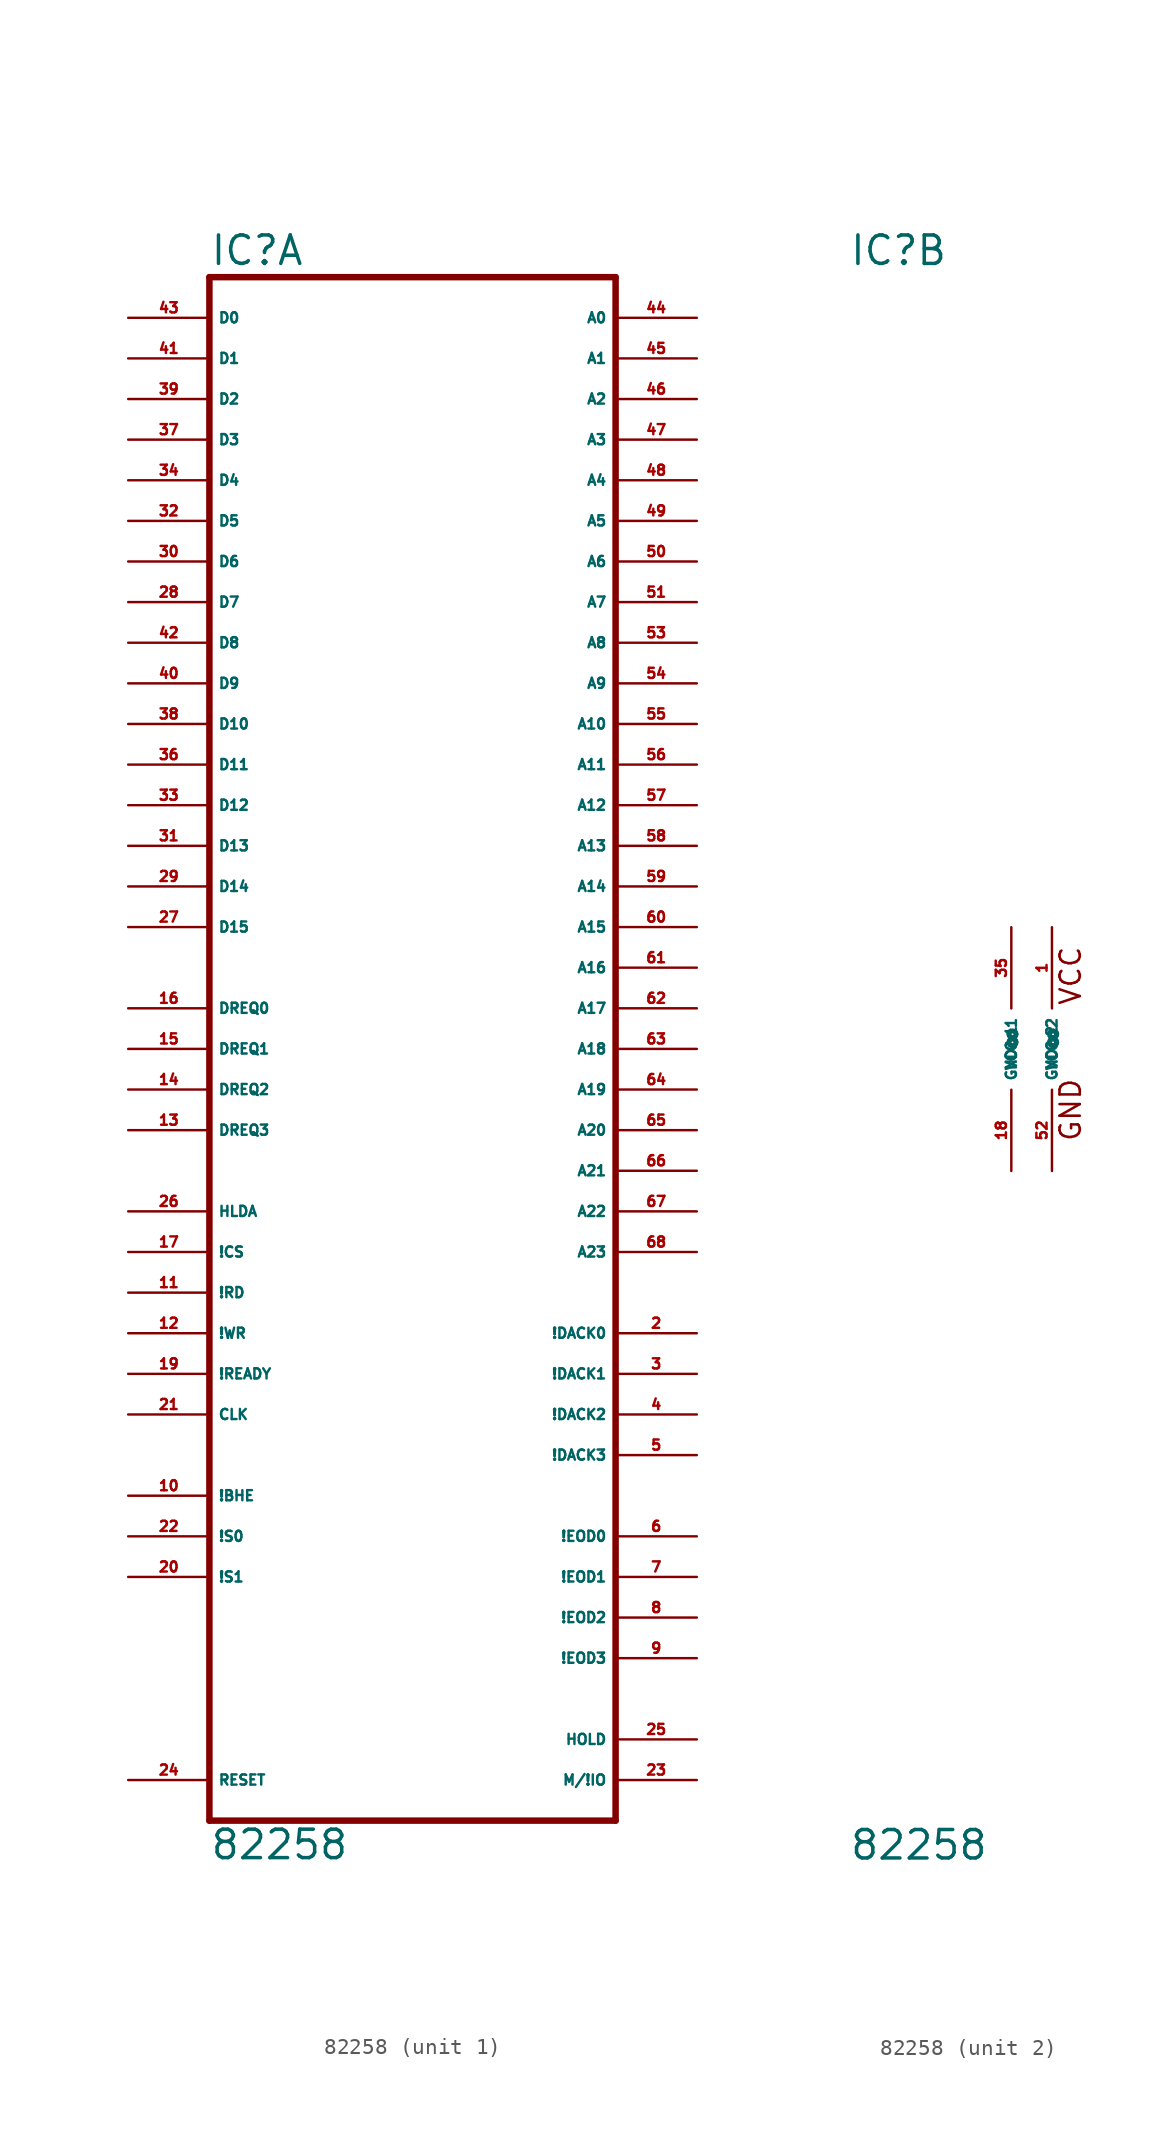
<source format=kicad_sym>
(kicad_symbol_lib
  (version 20220914)
  (generator Eagle2Kicad)
  (symbol "82258"
    (property "Reference" "IC"
      (at -12.7 48.895 0)
      (effects (font (size 1.778 1.778) (thickness 0.22)) (justify left bottom)))
    (property "Value" "82258"
      (at -12.7 -50.8 0)
      (effects (font (size 1.778 1.778) (thickness 0.22)) (justify left bottom)))
    (symbol "82258_1_0"
      (polyline (pts (xy -12.7 48.26) (xy 12.7 48.26)) (stroke (width 0.406) (type default)) (fill (type none)))
      (polyline (pts (xy 12.7 48.26) (xy 12.7 -48.26)) (stroke (width 0.406) (type default)) (fill (type none)))
      (polyline (pts (xy 12.7 -48.26) (xy -12.7 -48.26)) (stroke (width 0.406) (type default)) (fill (type none)))
      (polyline (pts (xy -12.7 -48.26) (xy -12.7 48.26)) (stroke (width 0.406) (type default)) (fill (type none)))
      (pin bidirectional line (at 17.78 45.72 180) (length 5.08) (name "A0" (effects (font (size 0.635 0.635) (thickness 0.08)) (justify left bottom))) (number "44" (effects (font (size 0.635 0.635) (thickness 0.08)) (justify left bottom))))
      (pin bidirectional line (at 17.78 43.18 180) (length 5.08) (name "A1" (effects (font (size 0.635 0.635) (thickness 0.08)) (justify left bottom))) (number "45" (effects (font (size 0.635 0.635) (thickness 0.08)) (justify left bottom))))
      (pin bidirectional line (at 17.78 40.64 180) (length 5.08) (name "A2" (effects (font (size 0.635 0.635) (thickness 0.08)) (justify left bottom))) (number "46" (effects (font (size 0.635 0.635) (thickness 0.08)) (justify left bottom))))
      (pin bidirectional line (at 17.78 38.1 180) (length 5.08) (name "A3" (effects (font (size 0.635 0.635) (thickness 0.08)) (justify left bottom))) (number "47" (effects (font (size 0.635 0.635) (thickness 0.08)) (justify left bottom))))
      (pin bidirectional line (at 17.78 35.56 180) (length 5.08) (name "A4" (effects (font (size 0.635 0.635) (thickness 0.08)) (justify left bottom))) (number "48" (effects (font (size 0.635 0.635) (thickness 0.08)) (justify left bottom))))
      (pin bidirectional line (at 17.78 33.02 180) (length 5.08) (name "A5" (effects (font (size 0.635 0.635) (thickness 0.08)) (justify left bottom))) (number "49" (effects (font (size 0.635 0.635) (thickness 0.08)) (justify left bottom))))
      (pin bidirectional line (at 17.78 30.48 180) (length 5.08) (name "A6" (effects (font (size 0.635 0.635) (thickness 0.08)) (justify left bottom))) (number "50" (effects (font (size 0.635 0.635) (thickness 0.08)) (justify left bottom))))
      (pin bidirectional line (at 17.78 27.94 180) (length 5.08) (name "A7" (effects (font (size 0.635 0.635) (thickness 0.08)) (justify left bottom))) (number "51" (effects (font (size 0.635 0.635) (thickness 0.08)) (justify left bottom))))
      (pin output line (at 17.78 25.4 180) (length 5.08) (name "A8" (effects (font (size 0.635 0.635) (thickness 0.08)) (justify left bottom))) (number "53" (effects (font (size 0.635 0.635) (thickness 0.08)) (justify left bottom))))
      (pin output line (at 17.78 22.86 180) (length 5.08) (name "A9" (effects (font (size 0.635 0.635) (thickness 0.08)) (justify left bottom))) (number "54" (effects (font (size 0.635 0.635) (thickness 0.08)) (justify left bottom))))
      (pin output line (at 17.78 20.32 180) (length 5.08) (name "A10" (effects (font (size 0.635 0.635) (thickness 0.08)) (justify left bottom))) (number "55" (effects (font (size 0.635 0.635) (thickness 0.08)) (justify left bottom))))
      (pin output line (at 17.78 17.78 180) (length 5.08) (name "A11" (effects (font (size 0.635 0.635) (thickness 0.08)) (justify left bottom))) (number "56" (effects (font (size 0.635 0.635) (thickness 0.08)) (justify left bottom))))
      (pin output line (at 17.78 15.24 180) (length 5.08) (name "A12" (effects (font (size 0.635 0.635) (thickness 0.08)) (justify left bottom))) (number "57" (effects (font (size 0.635 0.635) (thickness 0.08)) (justify left bottom))))
      (pin output line (at 17.78 12.7 180) (length 5.08) (name "A13" (effects (font (size 0.635 0.635) (thickness 0.08)) (justify left bottom))) (number "58" (effects (font (size 0.635 0.635) (thickness 0.08)) (justify left bottom))))
      (pin output line (at 17.78 10.16 180) (length 5.08) (name "A14" (effects (font (size 0.635 0.635) (thickness 0.08)) (justify left bottom))) (number "59" (effects (font (size 0.635 0.635) (thickness 0.08)) (justify left bottom))))
      (pin output line (at 17.78 7.62 180) (length 5.08) (name "A15" (effects (font (size 0.635 0.635) (thickness 0.08)) (justify left bottom))) (number "60" (effects (font (size 0.635 0.635) (thickness 0.08)) (justify left bottom))))
      (pin output line (at 17.78 5.08 180) (length 5.08) (name "A16" (effects (font (size 0.635 0.635) (thickness 0.08)) (justify left bottom))) (number "61" (effects (font (size 0.635 0.635) (thickness 0.08)) (justify left bottom))))
      (pin output line (at 17.78 2.54 180) (length 5.08) (name "A17" (effects (font (size 0.635 0.635) (thickness 0.08)) (justify left bottom))) (number "62" (effects (font (size 0.635 0.635) (thickness 0.08)) (justify left bottom))))
      (pin output line (at 17.78 0 180) (length 5.08) (name "A18" (effects (font (size 0.635 0.635) (thickness 0.08)) (justify left bottom))) (number "63" (effects (font (size 0.635 0.635) (thickness 0.08)) (justify left bottom))))
      (pin output line (at 17.78 -2.54 180) (length 5.08) (name "A19" (effects (font (size 0.635 0.635) (thickness 0.08)) (justify left bottom))) (number "64" (effects (font (size 0.635 0.635) (thickness 0.08)) (justify left bottom))))
      (pin output line (at 17.78 -5.08 180) (length 5.08) (name "A20" (effects (font (size 0.635 0.635) (thickness 0.08)) (justify left bottom))) (number "65" (effects (font (size 0.635 0.635) (thickness 0.08)) (justify left bottom))))
      (pin output line (at 17.78 -7.62 180) (length 5.08) (name "A21" (effects (font (size 0.635 0.635) (thickness 0.08)) (justify left bottom))) (number "66" (effects (font (size 0.635 0.635) (thickness 0.08)) (justify left bottom))))
      (pin output line (at 17.78 -10.16 180) (length 5.08) (name "A22" (effects (font (size 0.635 0.635) (thickness 0.08)) (justify left bottom))) (number "67" (effects (font (size 0.635 0.635) (thickness 0.08)) (justify left bottom))))
      (pin output line (at 17.78 -12.7 180) (length 5.08) (name "A23" (effects (font (size 0.635 0.635) (thickness 0.08)) (justify left bottom))) (number "68" (effects (font (size 0.635 0.635) (thickness 0.08)) (justify left bottom))))
      (pin bidirectional line (at -17.78 45.72 0) (length 5.08) (name "D0" (effects (font (size 0.635 0.635) (thickness 0.08)) (justify left bottom))) (number "43" (effects (font (size 0.635 0.635) (thickness 0.08)) (justify left bottom))))
      (pin bidirectional line (at -17.78 43.18 0) (length 5.08) (name "D1" (effects (font (size 0.635 0.635) (thickness 0.08)) (justify left bottom))) (number "41" (effects (font (size 0.635 0.635) (thickness 0.08)) (justify left bottom))))
      (pin bidirectional line (at -17.78 40.64 0) (length 5.08) (name "D2" (effects (font (size 0.635 0.635) (thickness 0.08)) (justify left bottom))) (number "39" (effects (font (size 0.635 0.635) (thickness 0.08)) (justify left bottom))))
      (pin bidirectional line (at -17.78 38.1 0) (length 5.08) (name "D3" (effects (font (size 0.635 0.635) (thickness 0.08)) (justify left bottom))) (number "37" (effects (font (size 0.635 0.635) (thickness 0.08)) (justify left bottom))))
      (pin bidirectional line (at -17.78 35.56 0) (length 5.08) (name "D4" (effects (font (size 0.635 0.635) (thickness 0.08)) (justify left bottom))) (number "34" (effects (font (size 0.635 0.635) (thickness 0.08)) (justify left bottom))))
      (pin bidirectional line (at -17.78 33.02 0) (length 5.08) (name "D5" (effects (font (size 0.635 0.635) (thickness 0.08)) (justify left bottom))) (number "32" (effects (font (size 0.635 0.635) (thickness 0.08)) (justify left bottom))))
      (pin bidirectional line (at -17.78 30.48 0) (length 5.08) (name "D6" (effects (font (size 0.635 0.635) (thickness 0.08)) (justify left bottom))) (number "30" (effects (font (size 0.635 0.635) (thickness 0.08)) (justify left bottom))))
      (pin bidirectional line (at -17.78 27.94 0) (length 5.08) (name "D7" (effects (font (size 0.635 0.635) (thickness 0.08)) (justify left bottom))) (number "28" (effects (font (size 0.635 0.635) (thickness 0.08)) (justify left bottom))))
      (pin bidirectional line (at -17.78 25.4 0) (length 5.08) (name "D8" (effects (font (size 0.635 0.635) (thickness 0.08)) (justify left bottom))) (number "42" (effects (font (size 0.635 0.635) (thickness 0.08)) (justify left bottom))))
      (pin bidirectional line (at -17.78 22.86 0) (length 5.08) (name "D9" (effects (font (size 0.635 0.635) (thickness 0.08)) (justify left bottom))) (number "40" (effects (font (size 0.635 0.635) (thickness 0.08)) (justify left bottom))))
      (pin bidirectional line (at -17.78 20.32 0) (length 5.08) (name "D10" (effects (font (size 0.635 0.635) (thickness 0.08)) (justify left bottom))) (number "38" (effects (font (size 0.635 0.635) (thickness 0.08)) (justify left bottom))))
      (pin bidirectional line (at -17.78 17.78 0) (length 5.08) (name "D11" (effects (font (size 0.635 0.635) (thickness 0.08)) (justify left bottom))) (number "36" (effects (font (size 0.635 0.635) (thickness 0.08)) (justify left bottom))))
      (pin bidirectional line (at -17.78 15.24 0) (length 5.08) (name "D12" (effects (font (size 0.635 0.635) (thickness 0.08)) (justify left bottom))) (number "33" (effects (font (size 0.635 0.635) (thickness 0.08)) (justify left bottom))))
      (pin bidirectional line (at -17.78 12.7 0) (length 5.08) (name "D13" (effects (font (size 0.635 0.635) (thickness 0.08)) (justify left bottom))) (number "31" (effects (font (size 0.635 0.635) (thickness 0.08)) (justify left bottom))))
      (pin bidirectional line (at -17.78 10.16 0) (length 5.08) (name "D14" (effects (font (size 0.635 0.635) (thickness 0.08)) (justify left bottom))) (number "29" (effects (font (size 0.635 0.635) (thickness 0.08)) (justify left bottom))))
      (pin bidirectional line (at -17.78 7.62 0) (length 5.08) (name "D15" (effects (font (size 0.635 0.635) (thickness 0.08)) (justify left bottom))) (number "27" (effects (font (size 0.635 0.635) (thickness 0.08)) (justify left bottom))))
      (pin bidirectional line (at 17.78 -30.48 180) (length 5.08) (name "!EOD0" (effects (font (size 0.635 0.635) (thickness 0.08)) (justify left bottom))) (number "6" (effects (font (size 0.635 0.635) (thickness 0.08)) (justify left bottom))))
      (pin bidirectional line (at 17.78 -33.02 180) (length 5.08) (name "!EOD1" (effects (font (size 0.635 0.635) (thickness 0.08)) (justify left bottom))) (number "7" (effects (font (size 0.635 0.635) (thickness 0.08)) (justify left bottom))))
      (pin bidirectional line (at 17.78 -35.56 180) (length 5.08) (name "!EOD2" (effects (font (size 0.635 0.635) (thickness 0.08)) (justify left bottom))) (number "8" (effects (font (size 0.635 0.635) (thickness 0.08)) (justify left bottom))))
      (pin bidirectional line (at 17.78 -38.1 180) (length 5.08) (name "!EOD3" (effects (font (size 0.635 0.635) (thickness 0.08)) (justify left bottom))) (number "9" (effects (font (size 0.635 0.635) (thickness 0.08)) (justify left bottom))))
      (pin input line (at -17.78 2.54 0) (length 5.08) (name "DREQ0" (effects (font (size 0.635 0.635) (thickness 0.08)) (justify left bottom))) (number "16" (effects (font (size 0.635 0.635) (thickness 0.08)) (justify left bottom))))
      (pin input line (at -17.78 0 0) (length 5.08) (name "DREQ1" (effects (font (size 0.635 0.635) (thickness 0.08)) (justify left bottom))) (number "15" (effects (font (size 0.635 0.635) (thickness 0.08)) (justify left bottom))))
      (pin input line (at -17.78 -2.54 0) (length 5.08) (name "DREQ2" (effects (font (size 0.635 0.635) (thickness 0.08)) (justify left bottom))) (number "14" (effects (font (size 0.635 0.635) (thickness 0.08)) (justify left bottom))))
      (pin input line (at -17.78 -5.08 0) (length 5.08) (name "DREQ3" (effects (font (size 0.635 0.635) (thickness 0.08)) (justify left bottom))) (number "13" (effects (font (size 0.635 0.635) (thickness 0.08)) (justify left bottom))))
      (pin output line (at 17.78 -17.78 180) (length 5.08) (name "!DACK0" (effects (font (size 0.635 0.635) (thickness 0.08)) (justify left bottom))) (number "2" (effects (font (size 0.635 0.635) (thickness 0.08)) (justify left bottom))))
      (pin output line (at 17.78 -20.32 180) (length 5.08) (name "!DACK1" (effects (font (size 0.635 0.635) (thickness 0.08)) (justify left bottom))) (number "3" (effects (font (size 0.635 0.635) (thickness 0.08)) (justify left bottom))))
      (pin output line (at 17.78 -22.86 180) (length 5.08) (name "!DACK2" (effects (font (size 0.635 0.635) (thickness 0.08)) (justify left bottom))) (number "4" (effects (font (size 0.635 0.635) (thickness 0.08)) (justify left bottom))))
      (pin output line (at 17.78 -25.4 180) (length 5.08) (name "!DACK3" (effects (font (size 0.635 0.635) (thickness 0.08)) (justify left bottom))) (number "5" (effects (font (size 0.635 0.635) (thickness 0.08)) (justify left bottom))))
      (pin output line (at 17.78 -43.18 180) (length 5.08) (name "HOLD" (effects (font (size 0.635 0.635) (thickness 0.08)) (justify left bottom))) (number "25" (effects (font (size 0.635 0.635) (thickness 0.08)) (justify left bottom))))
      (pin output line (at 17.78 -45.72 180) (length 5.08) (name "M/!IO" (effects (font (size 0.635 0.635) (thickness 0.08)) (justify left bottom))) (number "23" (effects (font (size 0.635 0.635) (thickness 0.08)) (justify left bottom))))
      (pin input line (at -17.78 -10.16 0) (length 5.08) (name "HLDA" (effects (font (size 0.635 0.635) (thickness 0.08)) (justify left bottom))) (number "26" (effects (font (size 0.635 0.635) (thickness 0.08)) (justify left bottom))))
      (pin input line (at -17.78 -12.7 0) (length 5.08) (name "!CS" (effects (font (size 0.635 0.635) (thickness 0.08)) (justify left bottom))) (number "17" (effects (font (size 0.635 0.635) (thickness 0.08)) (justify left bottom))))
      (pin input line (at -17.78 -15.24 0) (length 5.08) (name "!RD" (effects (font (size 0.635 0.635) (thickness 0.08)) (justify left bottom))) (number "11" (effects (font (size 0.635 0.635) (thickness 0.08)) (justify left bottom))))
      (pin input line (at -17.78 -17.78 0) (length 5.08) (name "!WR" (effects (font (size 0.635 0.635) (thickness 0.08)) (justify left bottom))) (number "12" (effects (font (size 0.635 0.635) (thickness 0.08)) (justify left bottom))))
      (pin input line (at -17.78 -20.32 0) (length 5.08) (name "!READY" (effects (font (size 0.635 0.635) (thickness 0.08)) (justify left bottom))) (number "19" (effects (font (size 0.635 0.635) (thickness 0.08)) (justify left bottom))))
      (pin input line (at -17.78 -22.86 0) (length 5.08) (name "CLK" (effects (font (size 0.635 0.635) (thickness 0.08)) (justify left bottom))) (number "21" (effects (font (size 0.635 0.635) (thickness 0.08)) (justify left bottom))))
      (pin input line (at -17.78 -45.72 0) (length 5.08) (name "RESET" (effects (font (size 0.635 0.635) (thickness 0.08)) (justify left bottom))) (number "24" (effects (font (size 0.635 0.635) (thickness 0.08)) (justify left bottom))))
      (pin bidirectional line (at -17.78 -27.94 0) (length 5.08) (name "!BHE" (effects (font (size 0.635 0.635) (thickness 0.08)) (justify left bottom))) (number "10" (effects (font (size 0.635 0.635) (thickness 0.08)) (justify left bottom))))
      (pin bidirectional line (at -17.78 -30.48 0) (length 5.08) (name "!S0" (effects (font (size 0.635 0.635) (thickness 0.08)) (justify left bottom))) (number "22" (effects (font (size 0.635 0.635) (thickness 0.08)) (justify left bottom))))
      (pin bidirectional line (at -17.78 -33.02 0) (length 5.08) (name "!S1" (effects (font (size 0.635 0.635) (thickness 0.08)) (justify left bottom))) (number "20" (effects (font (size 0.635 0.635) (thickness 0.08)) (justify left bottom)))))
    (symbol "82258_2_0"
      (text "VCC" (at 1.905 2.667 900) (effects (font (size 1.27 1.27) (thickness 0.16)) (justify left bottom)))
      (text "GND" (at 1.905 -5.842 900) (effects (font (size 1.27 1.27) (thickness 0.16)) (justify left bottom)))
      (pin unspecified line (at -2.54 -7.62 90) (length 5.08) (name "GND@1" (effects (font (size 0.635 0.635) (thickness 0.08)) (justify left bottom))) (number "18" (effects (font (size 0.635 0.635) (thickness 0.08)) (justify left bottom))))
      (pin unspecified line (at 0 -7.62 90) (length 5.08) (name "GND@2" (effects (font (size 0.635 0.635) (thickness 0.08)) (justify left bottom))) (number "52" (effects (font (size 0.635 0.635) (thickness 0.08)) (justify left bottom))))
      (pin unspecified line (at -2.54 7.62 270) (length 5.08) (name "VCC@1" (effects (font (size 0.635 0.635) (thickness 0.08)) (justify left bottom))) (number "35" (effects (font (size 0.635 0.635) (thickness 0.08)) (justify left bottom))))
      (pin unspecified line (at 0 7.62 270) (length 5.08) (name "VCC@2" (effects (font (size 0.635 0.635) (thickness 0.08)) (justify left bottom))) (number "1" (effects (font (size 0.635 0.635) (thickness 0.08)) (justify left bottom)))))))
</source>
